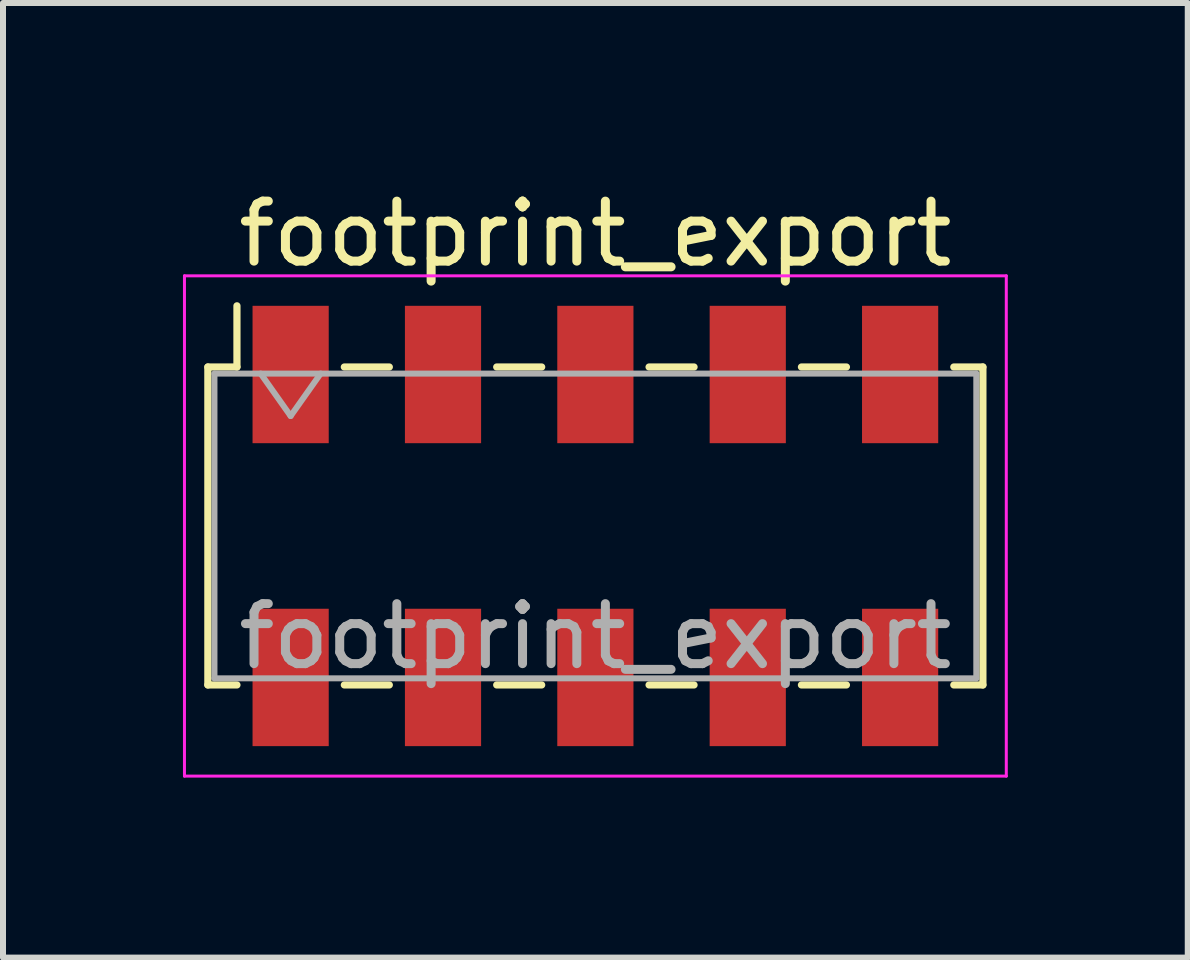
<source format=kicad_pcb>
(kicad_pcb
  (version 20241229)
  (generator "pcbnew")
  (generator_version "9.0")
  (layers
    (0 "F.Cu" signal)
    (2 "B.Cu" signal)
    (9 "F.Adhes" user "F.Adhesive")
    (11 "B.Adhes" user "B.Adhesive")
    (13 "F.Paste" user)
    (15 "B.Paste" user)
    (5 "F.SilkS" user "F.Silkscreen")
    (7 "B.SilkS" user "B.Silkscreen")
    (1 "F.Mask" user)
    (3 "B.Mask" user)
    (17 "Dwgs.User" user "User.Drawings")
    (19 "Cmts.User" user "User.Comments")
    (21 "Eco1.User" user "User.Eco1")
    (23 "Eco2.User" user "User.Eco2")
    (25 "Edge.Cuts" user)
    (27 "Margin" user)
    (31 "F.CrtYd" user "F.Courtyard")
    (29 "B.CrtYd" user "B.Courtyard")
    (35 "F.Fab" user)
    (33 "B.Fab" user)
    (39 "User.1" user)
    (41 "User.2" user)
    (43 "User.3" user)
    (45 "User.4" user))
  (footprint "footprint_export"
    (layer "F.Cu")
    (at 6.875 5.718)
    (property "Reference" "footprint_export" (at 0 -4.87 0) (layer "F.SilkS") (effects (font (size 1 1) (thickness 0.15))))
    (attr smd)
    (fp_line (start -6.46 -2.65) (end -6.46 2.65) (stroke (width 0.12) (type solid)) (layer "F.SilkS"))
    (fp_line (start -6.46 2.65) (end -5.975 2.65) (stroke (width 0.12) (type solid)) (layer "F.SilkS"))
    (fp_line (start -5.975 -3.67) (end -5.975 -2.65) (stroke (width 0.12) (type solid)) (layer "F.SilkS"))
    (fp_line (start -5.975 -2.65) (end -6.46 -2.65) (stroke (width 0.12) (type solid)) (layer "F.SilkS"))
    (fp_line (start -4.185 -2.65) (end -3.435 -2.65) (stroke (width 0.12) (type solid)) (layer "F.SilkS"))
    (fp_line (start -4.185 2.65) (end -3.435 2.65) (stroke (width 0.12) (type solid)) (layer "F.SilkS"))
    (fp_line (start -1.645 -2.65) (end -0.895 -2.65) (stroke (width 0.12) (type solid)) (layer "F.SilkS"))
    (fp_line (start -1.645 2.65) (end -0.895 2.65) (stroke (width 0.12) (type solid)) (layer "F.SilkS"))
    (fp_line (start 0.895 -2.65) (end 1.645 -2.65) (stroke (width 0.12) (type solid)) (layer "F.SilkS"))
    (fp_line (start 0.895 2.65) (end 1.645 2.65) (stroke (width 0.12) (type solid)) (layer "F.SilkS"))
    (fp_line (start 3.435 -2.65) (end 4.185 -2.65) (stroke (width 0.12) (type solid)) (layer "F.SilkS"))
    (fp_line (start 3.435 2.65) (end 4.185 2.65) (stroke (width 0.12) (type solid)) (layer "F.SilkS"))
    (fp_line (start 5.975 -2.65) (end 6.46 -2.65) (stroke (width 0.12) (type solid)) (layer "F.SilkS"))
    (fp_line (start 6.46 -2.65) (end 6.46 2.65) (stroke (width 0.12) (type solid)) (layer "F.SilkS"))
    (fp_line (start 6.46 2.65) (end 5.975 2.65) (stroke (width 0.12) (type solid)) (layer "F.SilkS"))
    (fp_line (start -6.85 -4.17) (end 6.85 -4.17) (stroke (width 0.05) (type solid)) (layer "F.CrtYd"))
    (fp_line (start -6.85 4.17) (end -6.85 -4.17) (stroke (width 0.05) (type solid)) (layer "F.CrtYd"))
    (fp_line (start 6.85 -4.17) (end 6.85 4.17) (stroke (width 0.05) (type solid)) (layer "F.CrtYd"))
    (fp_line (start 6.85 4.17) (end -6.85 4.17) (stroke (width 0.05) (type solid)) (layer "F.CrtYd"))
    (fp_line (start -6.35 -2.54) (end 6.35 -2.54) (stroke (width 0.1) (type solid)) (layer "F.Fab"))
    (fp_line (start -6.35 2.54) (end -6.35 -2.54) (stroke (width 0.1) (type solid)) (layer "F.Fab"))
    (fp_line (start -5.58 -2.54) (end -5.08 -1.833) (stroke (width 0.1) (type solid)) (layer "F.Fab"))
    (fp_line (start -5.08 -1.833) (end -4.58 -2.54) (stroke (width 0.1) (type solid)) (layer "F.Fab"))
    (fp_line (start 6.35 -2.54) (end 6.35 2.54) (stroke (width 0.1) (type solid)) (layer "F.Fab"))
    (fp_line (start 6.35 2.54) (end -6.35 2.54) (stroke (width 0.1) (type solid)) (layer "F.Fab"))
    (fp_text user "${REFERENCE}" (at 0 1.84 0) (layer "F.Fab") (effects (font (size 1 1) (thickness 0.15))))
    (pad "1" smd rect (at -5.08 -2.525) (size 1.27 2.29) (layers "F.Cu" "F.Mask" "F.Paste"))
    (pad "2" smd rect (at -5.08 2.525) (size 1.27 2.29) (layers "F.Cu" "F.Mask" "F.Paste"))
    (pad "3" smd rect (at -2.54 -2.525) (size 1.27 2.29) (layers "F.Cu" "F.Mask" "F.Paste"))
    (pad "4" smd rect (at -2.54 2.525) (size 1.27 2.29) (layers "F.Cu" "F.Mask" "F.Paste"))
    (pad "5" smd rect (at 0 -2.525) (size 1.27 2.29) (layers "F.Cu" "F.Mask" "F.Paste"))
    (pad "6" smd rect (at 0 2.525) (size 1.27 2.29) (layers "F.Cu" "F.Mask" "F.Paste"))
    (pad "7" smd rect (at 2.54 -2.525) (size 1.27 2.29) (layers "F.Cu" "F.Mask" "F.Paste"))
    (pad "8" smd rect (at 2.54 2.525) (size 1.27 2.29) (layers "F.Cu" "F.Mask" "F.Paste"))
    (pad "9" smd rect (at 5.08 -2.525) (size 1.27 2.29) (layers "F.Cu" "F.Mask" "F.Paste"))
    (pad "10" smd rect (at 5.08 2.525) (size 1.27 2.29) (layers "F.Cu" "F.Mask" "F.Paste")))
  (gr_rect
    (start -3 -3)
    (end 16.75 12.913)
    (stroke (width 0.1) (type default))
    (fill no)
    (layer "Edge.Cuts")))
</source>
